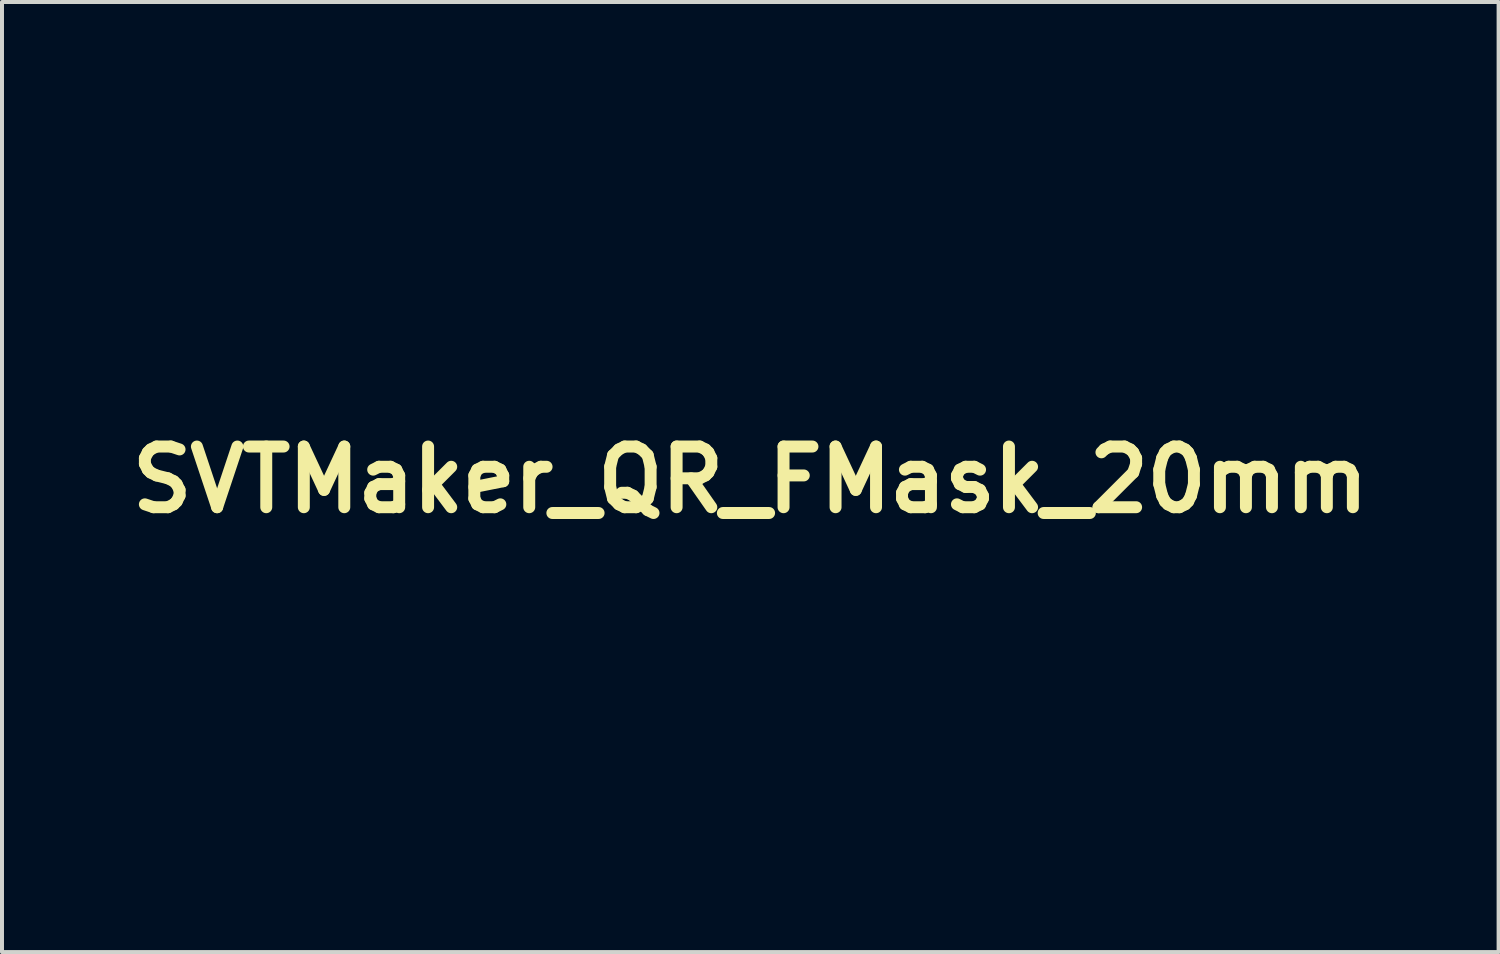
<source format=kicad_pcb>
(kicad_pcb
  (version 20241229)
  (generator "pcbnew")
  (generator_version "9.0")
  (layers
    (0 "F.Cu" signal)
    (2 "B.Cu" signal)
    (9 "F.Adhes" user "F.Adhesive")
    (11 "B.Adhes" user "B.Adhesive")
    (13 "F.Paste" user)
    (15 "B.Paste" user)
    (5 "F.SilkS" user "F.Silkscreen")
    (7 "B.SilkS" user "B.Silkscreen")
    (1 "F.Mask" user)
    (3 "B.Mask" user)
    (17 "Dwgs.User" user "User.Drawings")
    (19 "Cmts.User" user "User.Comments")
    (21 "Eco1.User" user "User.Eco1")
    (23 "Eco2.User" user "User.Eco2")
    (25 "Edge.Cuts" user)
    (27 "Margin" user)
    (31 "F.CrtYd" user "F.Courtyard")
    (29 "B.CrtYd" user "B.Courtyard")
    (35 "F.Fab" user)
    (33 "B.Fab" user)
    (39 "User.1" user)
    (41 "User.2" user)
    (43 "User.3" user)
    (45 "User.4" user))
  (footprint "SVTMaker_QR_FMask_20mm"
    (layer "F.Cu")
    (at 15.792 8.998)
    (property "Reference" "SVTMaker_QR_FMask_20mm" (at 0 0 0) (layer "F.SilkS") (effects (font (size 1.524 1.524) (thickness 0.3))))
    (attr through_hole)
    (fp_poly (pts (xy -7.62 -2.54) (xy -9.062 -2.54) (xy -9.062 -3.295) (xy -7.62 -3.295) (xy -7.62 -2.54)) (stroke (width 0.01) (type solid)) (fill yes) (layer "F.Mask"))
    (fp_poly (pts (xy -7.62 -0.412) (xy -9.062 -0.412) (xy -9.062 -1.167) (xy -7.62 -1.167) (xy -7.62 -0.412)) (stroke (width 0.01) (type solid)) (fill yes) (layer "F.Mask"))
    (fp_poly (pts (xy -5.492 -5.423) (xy -7.62 -5.423) (xy -7.62 -7.551) (xy -5.492 -7.551) (xy -5.492 -5.423)) (stroke (width 0.01) (type solid)) (fill yes) (layer "F.Mask"))
    (fp_poly (pts (xy -5.492 7.414) (xy -7.62 7.414) (xy -7.62 5.286) (xy -5.492 5.286) (xy -5.492 7.414)) (stroke (width 0.01) (type solid)) (fill yes) (layer "F.Mask"))
    (fp_poly (pts (xy -3.364 1.716) (xy -4.737 1.716) (xy -4.737 1.03) (xy -3.364 1.03) (xy -3.364 1.716)) (stroke (width 0.01) (type solid)) (fill yes) (layer "F.Mask"))
    (fp_poly (pts (xy -2.609 2.403) (xy -3.364 2.403) (xy -3.364 1.716) (xy -2.609 1.716) (xy -2.609 2.403)) (stroke (width 0.01) (type solid)) (fill yes) (layer "F.Mask"))
    (fp_poly (pts (xy -2.609 4.531) (xy -3.364 4.531) (xy -3.364 3.158) (xy -2.609 3.158) (xy -2.609 4.531)) (stroke (width 0.01) (type solid)) (fill yes) (layer "F.Mask"))
    (fp_poly (pts (xy -1.922 -8.238) (xy -2.609 -8.238) (xy -2.609 -8.993) (xy -1.922 -8.993) (xy -1.922 -8.238)) (stroke (width 0.01) (type solid)) (fill yes) (layer "F.Mask"))
    (fp_poly (pts (xy -0.481 -4.668) (xy -1.236 -4.668) (xy -1.236 -5.423) (xy -0.481 -5.423) (xy -0.481 -4.668)) (stroke (width 0.01) (type solid)) (fill yes) (layer "F.Mask"))
    (fp_poly (pts (xy 0.206 -3.295) (xy -0.481 -3.295) (xy -0.481 -4.668) (xy 0.206 -4.668) (xy 0.206 -3.295)) (stroke (width 0.01) (type solid)) (fill yes) (layer "F.Mask"))
    (fp_poly (pts (xy 1.648 5.972) (xy 0.961 5.972) (xy 0.961 5.286) (xy 1.648 5.286) (xy 1.648 5.972)) (stroke (width 0.01) (type solid)) (fill yes) (layer "F.Mask"))
    (fp_poly (pts (xy 2.334 1.03) (xy 0.961 1.03) (xy 0.961 0.275) (xy 2.334 0.275) (xy 2.334 1.03)) (stroke (width 0.01) (type solid)) (fill yes) (layer "F.Mask"))
    (fp_poly (pts (xy 3.089 -5.423) (xy 2.334 -5.423) (xy 2.334 -6.11) (xy 3.089 -6.11) (xy 3.089 -5.423)) (stroke (width 0.01) (type solid)) (fill yes) (layer "F.Mask"))
    (fp_poly (pts (xy 4.462 4.531) (xy 3.776 4.531) (xy 3.776 3.844) (xy 4.462 3.844) (xy 4.462 4.531)) (stroke (width 0.01) (type solid)) (fill yes) (layer "F.Mask"))
    (fp_poly (pts (xy 7.345 -5.423) (xy 5.217 -5.423) (xy 5.217 -7.551) (xy 7.345 -7.551) (xy 7.345 -5.423)) (stroke (width 0.01) (type solid)) (fill yes) (layer "F.Mask"))
    (fp_poly (pts (xy 7.345 5.286) (xy 6.59 5.286) (xy 6.59 4.531) (xy 7.345 4.531) (xy 7.345 5.286)) (stroke (width 0.01) (type solid)) (fill yes) (layer "F.Mask"))
    (fp_poly (pts (xy 8.787 5.972) (xy 8.032 5.972) (xy 8.032 5.286) (xy 8.787 5.286) (xy 8.787 5.972)) (stroke (width 0.01) (type solid)) (fill yes) (layer "F.Mask"))
    (fp_poly (pts (xy 8.787 7.414) (xy 8.032 7.414) (xy 8.032 6.659) (xy 8.787 6.659) (xy 8.787 7.414)) (stroke (width 0.01) (type solid)) (fill yes) (layer "F.Mask"))
    (fp_poly (pts (xy 8.787 8.856) (xy 7.345 8.856) (xy 7.345 8.101) (xy 8.787 8.101) (xy 8.787 8.856)) (stroke (width 0.01) (type solid)) (fill yes) (layer "F.Mask"))
    (fp_poly (pts (xy 2.334 -7.551) (xy 1.648 -7.551) (xy 1.648 -8.238) (xy 0.961 -8.238) (xy 0.961 -8.993) (xy 2.334 -8.993) (xy 2.334 -7.551)) (stroke (width 0.01) (type solid)) (fill yes) (layer "F.Mask"))
    (fp_poly (pts (xy -1.236 2.403) (xy -0.481 2.403) (xy -0.481 3.158) (xy -1.236 3.158) (xy -1.236 3.844) (xy -1.922 3.844) (xy -1.922 1.716) (xy -1.236 1.716) (xy -1.236 2.403)) (stroke (width 0.01) (type solid)) (fill yes) (layer "F.Mask"))
    (fp_poly (pts (xy -4.05 -3.982) (xy -9.062 -3.982) (xy -9.062 -8.238) (xy -8.306 -8.238) (xy -8.306 -4.668) (xy -4.737 -4.668) (xy -4.737 -8.238) (xy -8.306 -8.238) (xy -9.062 -8.238) (xy -9.062 -8.993) (xy -4.05 -8.993) (xy -4.05 -3.982)) (stroke (width 0.01) (type solid)) (fill yes) (layer "F.Mask"))
    (fp_poly (pts (xy -4.05 8.856) (xy -9.062 8.856) (xy -9.062 4.531) (xy -8.306 4.531) (xy -8.306 8.101) (xy -4.737 8.101) (xy -4.737 4.531) (xy -8.306 4.531) (xy -9.062 4.531) (xy -9.062 3.844) (xy -4.05 3.844) (xy -4.05 8.856)) (stroke (width 0.01) (type solid)) (fill yes) (layer "F.Mask"))
    (fp_poly (pts (xy 8.787 -3.982) (xy 3.776 -3.982) (xy 3.776 -8.238) (xy 4.462 -8.238) (xy 4.462 -4.668) (xy 8.032 -4.668) (xy 8.032 -8.238) (xy 4.462 -8.238) (xy 3.776 -8.238) (xy 3.776 -8.993) (xy 8.787 -8.993) (xy 8.787 -3.982)) (stroke (width 0.01) (type solid)) (fill yes) (layer "F.Mask"))
    (fp_poly (pts (xy 0.206 -6.796) (xy -0.481 -6.796) (xy -0.481 -6.11) (xy -2.609 -6.11) (xy -2.609 -6.796) (xy -3.364 -6.796) (xy -3.364 -8.238) (xy -2.609 -8.238) (xy -2.609 -7.551) (xy -1.236 -7.551) (xy -1.236 -8.238) (xy -0.481 -8.238) (xy -0.481 -8.993) (xy 0.206 -8.993) (xy 0.206 -6.796)) (stroke (width 0.01) (type solid)) (fill yes) (layer "F.Mask"))
    (fp_poly (pts (xy -1.236 -4.668) (xy -1.236 -3.982) (xy -1.922 -3.982) (xy -1.922 -3.295) (xy -3.364 -3.295) (xy -3.364 -4.668) (xy -2.609 -4.668) (xy -2.609 -3.982) (xy -1.922 -3.982) (xy -1.922 -4.668) (xy -2.609 -4.668) (xy -3.364 -4.668) (xy -3.364 -6.11) (xy -2.609 -6.11) (xy -2.609 -5.423) (xy -1.922 -5.423) (xy -1.922 -4.668) (xy -1.236 -4.668)) (stroke (width 0.01) (type solid)) (fill yes) (layer "F.Mask"))
    (fp_poly (pts (xy -6.178 -2.54) (xy -4.737 -2.54) (xy -4.737 -1.854) (xy -4.05 -1.854) (xy -3.364 -1.854) (xy -3.364 -1.167) (xy -2.609 -1.167) (xy -2.609 -1.854) (xy -3.364 -1.854) (xy -4.05 -1.854) (xy -4.05 -2.54) (xy -4.737 -2.54) (xy -4.737 -3.295) (xy -3.364 -3.295) (xy -3.364 -2.54) (xy -2.609 -2.54) (xy -2.609 -1.854) (xy -1.922 -1.854) (xy -1.922 -3.295) (xy -1.236 -3.295) (xy -1.236 -2.54) (xy -0.481 -2.54) (xy -0.481 -1.854) (xy -1.236 -1.854) (xy -1.236 -1.167) (xy -2.609 -1.167) (xy -2.609 0.275) (xy -3.364 0.275) (xy -3.364 -0.412) (xy -4.05 -0.412) (xy -4.05 0.275) (xy -4.737 0.275) (xy -4.737 1.03) (xy -5.492 1.03) (xy -5.492 2.403) (xy -4.05 2.403) (xy -4.05 3.158) (xy -9.062 3.158) (xy -9.062 2.403) (xy -8.306 2.403) (xy -8.306 1.716) (xy -9.062 1.716) (xy -9.062 1.03) (xy -8.306 1.03) (xy -8.306 1.716) (xy -7.62 1.716) (xy -7.62 2.403) (xy -6.178 2.403) (xy -6.178 1.716) (xy -7.62 1.716) (xy -7.62 1.03) (xy -8.306 1.03) (xy -8.306 0.275) (xy -7.62 0.275) (xy -7.62 -0.412) (xy -6.865 -0.412) (xy -6.865 0.275) (xy -6.178 0.275) (xy -6.178 1.03) (xy -5.492 1.03) (xy -5.492 0.275) (xy -6.178 0.275) (xy -6.178 -1.167) (xy -6.865 -1.167) (xy -6.865 -1.854) (xy -6.178 -1.854) (xy -6.178 -1.167) (xy -5.492 -1.167) (xy -5.492 -0.412) (xy -4.05 -0.412) (xy -4.05 -1.167) (xy -4.737 -1.167) (xy -4.737 -1.854) (xy -6.178 -1.854) (xy -6.865 -1.854) (xy -7.62 -1.854) (xy -7.62 -2.54) (xy -6.865 -2.54) (xy -6.865 -3.295) (xy -6.178 -3.295) (xy -6.178 -2.54)) (stroke (width 0.01) (type solid)) (fill yes) (layer "F.Mask"))
    (fp_poly (pts (xy 3.089 -4.668) (xy 3.089 -3.982) (xy 2.334 -3.982) (xy 2.334 -3.295) (xy 1.648 -3.295) (xy 1.648 -2.54) (xy 3.776 -2.54) (xy 4.462 -2.54) (xy 4.462 -1.854) (xy 5.217 -1.854) (xy 5.217 -1.167) (xy 4.462 -1.167) (xy 4.462 1.03) (xy 6.59 1.03) (xy 7.345 1.03) (xy 7.345 1.716) (xy 8.032 1.716) (xy 8.032 1.03) (xy 7.345 1.03) (xy 6.59 1.03) (xy 6.59 0.275) (xy 8.032 0.275) (xy 8.032 -0.412) (xy 7.345 -0.412) (xy 7.345 -1.167) (xy 5.904 -1.167) (xy 5.904 -2.54) (xy 4.462 -2.54) (xy 3.776 -2.54) (xy 3.776 -3.295) (xy 5.904 -3.295) (xy 5.904 -2.54) (xy 6.59 -2.54) (xy 6.59 -1.854) (xy 7.345 -1.854) (xy 7.345 -2.54) (xy 6.59 -2.54) (xy 6.59 -3.295) (xy 8.032 -3.295) (xy 8.032 -2.54) (xy 8.787 -2.54) (xy 8.787 -1.167) (xy 8.032 -1.167) (xy 8.032 -0.412) (xy 8.787 -0.412) (xy 8.787 4.531) (xy 7.345 4.531) (xy 7.345 3.844) (xy 8.032 3.844) (xy 8.032 3.158) (xy 6.59 3.158) (xy 6.59 3.844) (xy 5.904 3.844) (xy 5.904 6.659) (xy 6.59 6.659) (xy 6.59 5.972) (xy 7.345 5.972) (xy 7.345 7.414) (xy 5.217 7.414) (xy 5.217 6.659) (xy 4.462 6.659) (xy 4.462 5.972) (xy 3.089 5.972) (xy 3.089 7.414) (xy 4.462 7.414) (xy 4.462 8.101) (xy 5.217 8.101) (xy 5.217 8.856) (xy 2.334 8.856) (xy 2.334 8.101) (xy 1.648 8.101) (xy 1.648 8.856) (xy 0.961 8.856) (xy 0.961 8.101) (xy -0.481 8.101) (xy -0.481 8.856) (xy -1.922 8.856) (xy -1.922 8.101) (xy -2.609 8.101) (xy -2.609 8.856) (xy -3.364 8.856) (xy -3.364 7.414) (xy -2.609 7.414) (xy -1.922 7.414) (xy -1.922 8.101) (xy -1.236 8.101) (xy -1.236 7.414) (xy 0.961 7.414) (xy 0.961 8.101) (xy 1.648 8.101) (xy 1.648 7.414) (xy 0.961 7.414) (xy -1.236 7.414) (xy -1.922 7.414) (xy -2.609 7.414) (xy -2.609 6.659) (xy -3.364 6.659) (xy -3.364 5.972) (xy -2.609 5.972) (xy -2.609 5.286) (xy -1.922 5.286) (xy -1.922 5.972) (xy -1.236 5.972) (xy -1.236 5.286) (xy -1.922 5.286) (xy -1.922 4.531) (xy -0.481 4.531) (xy -0.481 5.286) (xy 0.206 5.286) (xy 0.206 3.844) (xy 0.961 3.844) (xy 0.961 3.158) (xy 0.206 3.158) (xy 0.206 2.403) (xy -0.481 2.403) (xy -0.481 1.03) (xy -1.922 1.03) (xy -1.922 0.275) (xy -0.481 0.275) (xy 0.206 0.275) (xy 0.206 1.03) (xy 0.961 1.03) (xy 0.961 2.403) (xy 1.648 2.403) (xy 1.648 3.844) (xy 0.961 3.844) (xy 0.961 5.286) (xy 0.206 5.286) (xy 0.206 5.972) (xy 0.961 5.972) (xy 0.961 6.659) (xy 2.334 6.659) (xy 2.334 3.158) (xy 3.089 3.158) (xy 3.089 5.286) (xy 5.217 5.286) (xy 5.217 3.158) (xy 3.089 3.158) (xy 2.334 3.158) (xy 2.334 2.403) (xy 3.776 2.403) (xy 3.776 1.716) (xy 4.462 1.716) (xy 5.904 1.716) (xy 5.904 3.158) (xy 6.59 3.158) (xy 6.59 2.403) (xy 7.345 2.403) (xy 7.345 1.716) (xy 5.904 1.716) (xy 4.462 1.716) (xy 4.462 1.03) (xy 3.089 1.03) (xy 3.089 -0.412) (xy 2.334 -0.412) (xy 2.334 -1.167) (xy 3.776 -1.167) (xy 3.776 -1.854) (xy 1.648 -1.854) (xy 1.648 -2.54) (xy 0.961 -2.54) (xy 0.961 0.275) (xy 0.206 0.275) (xy -0.481 0.275) (xy -0.481 -0.412) (xy 0.206 -0.412) (xy 0.206 -3.295) (xy 0.961 -3.295) (xy 0.961 -4.668) (xy 1.648 -4.668) (xy 1.648 -3.982) (xy 2.334 -3.982) (xy 2.334 -4.668) (xy 1.648 -4.668) (xy 0.961 -4.668) (xy 0.961 -7.551) (xy 1.648 -7.551) (xy 1.648 -5.423) (xy 2.334 -5.423) (xy 2.334 -4.668) (xy 3.089 -4.668)) (stroke (width 0.01) (type solid)) (fill yes) (layer "F.Mask")))
  (gr_rect
    (start -3 -3)
    (end 34.583 20.859)
    (stroke (width 0.1) (type default))
    (fill no)
    (layer "Edge.Cuts")))
</source>
